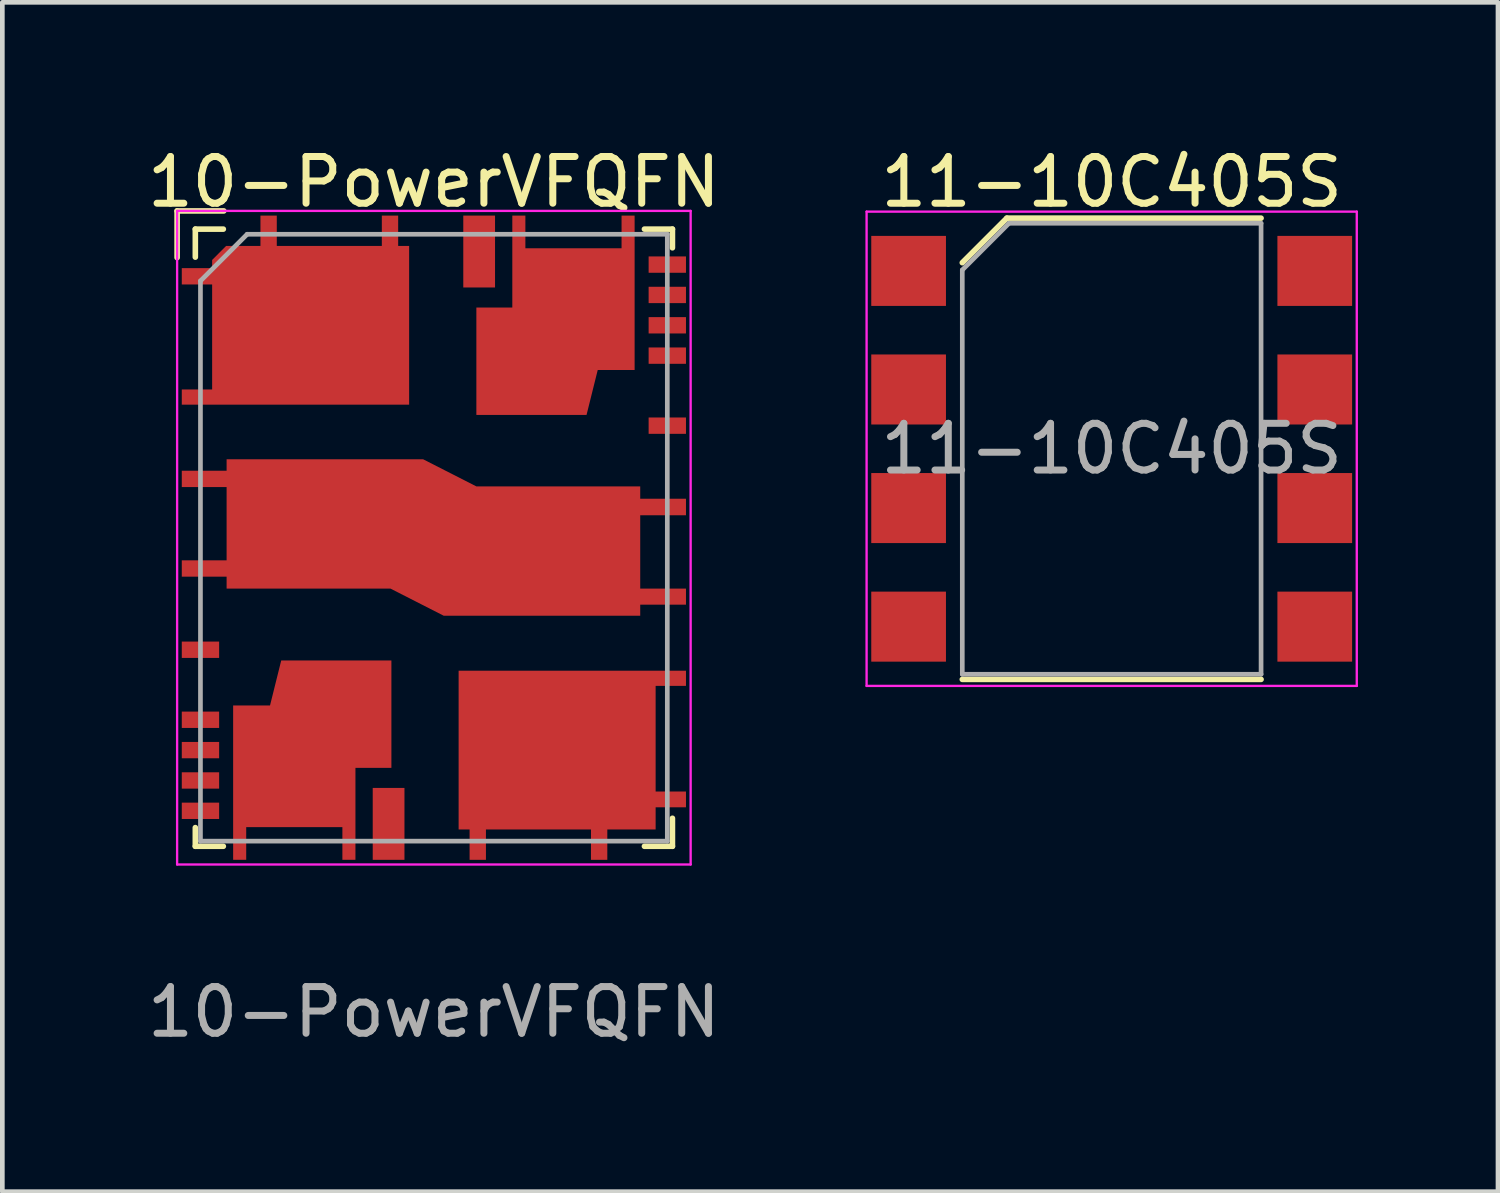
<source format=kicad_pcb>
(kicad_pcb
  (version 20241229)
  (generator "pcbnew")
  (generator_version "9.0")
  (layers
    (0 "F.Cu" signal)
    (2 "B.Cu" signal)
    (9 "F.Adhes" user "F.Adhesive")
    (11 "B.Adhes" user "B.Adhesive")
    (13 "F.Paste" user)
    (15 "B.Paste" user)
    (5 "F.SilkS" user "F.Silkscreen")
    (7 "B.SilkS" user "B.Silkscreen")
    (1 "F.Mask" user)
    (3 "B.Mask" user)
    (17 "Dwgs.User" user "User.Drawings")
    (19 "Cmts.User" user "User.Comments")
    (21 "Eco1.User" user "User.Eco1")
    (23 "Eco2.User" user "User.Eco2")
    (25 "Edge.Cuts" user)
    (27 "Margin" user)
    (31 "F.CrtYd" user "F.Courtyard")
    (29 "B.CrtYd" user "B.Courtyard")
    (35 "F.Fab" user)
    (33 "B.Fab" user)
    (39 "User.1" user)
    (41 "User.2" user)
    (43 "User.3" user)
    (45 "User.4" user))
  (footprint "11-10C405S"
    (layer "F.Cu")
    (at 20.763 6.563)
    (property "Reference" "11-10C405S" (at 0 -5.715 0) (layer "F.SilkS") (effects (font (size 1 1) (thickness 0.15))))
    (attr smd)
    (fp_line (start -3.2 4.94) (end 3.2 4.94) (stroke (width 0.12) (type solid)) (layer "F.SilkS"))
    (fp_line (start -2.246 -4.94) (end -3.2 -3.986) (stroke (width 0.12) (type solid)) (layer "F.SilkS"))
    (fp_line (start 3.2 -4.94) (end -2.246 -4.94) (stroke (width 0.12) (type solid)) (layer "F.SilkS"))
    (fp_line (start -5.25 -5.08) (end 5.25 -5.08) (stroke (width 0.05) (type solid)) (layer "F.CrtYd"))
    (fp_line (start -5.25 5.08) (end -5.25 -5.08) (stroke (width 0.05) (type solid)) (layer "F.CrtYd"))
    (fp_line (start -5.25 5.08) (end 5.25 5.08) (stroke (width 0.05) (type solid)) (layer "F.CrtYd"))
    (fp_line (start 5.25 5.08) (end 5.25 -5.08) (stroke (width 0.05) (type solid)) (layer "F.CrtYd"))
    (fp_line (start -3.2 -3.83) (end -3.2 4.83) (stroke (width 0.1) (type solid)) (layer "F.Fab"))
    (fp_line (start -3.2 -3.83) (end -2.2 -4.83) (stroke (width 0.1) (type solid)) (layer "F.Fab"))
    (fp_line (start -3.2 4.83) (end 3.2 4.83) (stroke (width 0.1) (type solid)) (layer "F.Fab"))
    (fp_line (start -2.2 -4.83) (end 3.2 -4.83) (stroke (width 0.1) (type solid)) (layer "F.Fab"))
    (fp_line (start 3.2 -4.83) (end 3.2 4.83) (stroke (width 0.1) (type solid)) (layer "F.Fab"))
    (fp_text user "${REFERENCE}" (at 0 0 0) (layer "F.Fab") (effects (font (size 1 1) (thickness 0.15))))
    (pad "1" smd rect (at -4.35 -3.81) (size 1.6 1.5) (layers "F.Cu" "F.Mask" "F.Paste"))
    (pad "2" smd rect (at -4.35 -1.27) (size 1.6 1.5) (layers "F.Cu" "F.Mask" "F.Paste"))
    (pad "3" smd rect (at -4.35 1.27) (size 1.6 1.5) (layers "F.Cu" "F.Mask" "F.Paste"))
    (pad "4" smd rect (at -4.35 3.81) (size 1.6 1.5) (layers "F.Cu" "F.Mask" "F.Paste"))
    (pad "5" smd rect (at 4.35 3.81) (size 1.6 1.5) (layers "F.Cu" "F.Mask" "F.Paste"))
    (pad "6" smd rect (at 4.35 1.27) (size 1.6 1.5) (layers "F.Cu" "F.Mask" "F.Paste"))
    (pad "7" smd rect (at 4.35 -1.27) (size 1.6 1.5) (layers "F.Cu" "F.Mask" "F.Paste"))
    (pad "8" smd rect (at 4.35 -3.81) (size 1.6 1.5) (layers "F.Cu" "F.Mask" "F.Paste")))
  (footprint "10-PowerVFQFN"
    (layer "F.Cu")
    (at 6.244 8.468)
    (property "Reference" "10-PowerVFQFN" (at 0 -7.62 0) (layer "F.SilkS") (effects (font (size 1 1) (thickness 0.15))))
    (attr smd)
    (fp_line (start -5.5 -7) (end -5.5 -6) (stroke (width 0.12) (type solid)) (layer "F.SilkS"))
    (fp_line (start -5.5 -7) (end -4.5 -7) (stroke (width 0.12) (type solid)) (layer "F.SilkS"))
    (fp_line (start -5.11 -6.61) (end -5.11 -6.01) (stroke (width 0.12) (type solid)) (layer "F.SilkS"))
    (fp_line (start -5.11 6.61) (end -5.11 6.21) (stroke (width 0.12) (type solid)) (layer "F.SilkS"))
    (fp_line (start -4.51 -6.61) (end -5.11 -6.61) (stroke (width 0.12) (type solid)) (layer "F.SilkS"))
    (fp_line (start -4.51 6.61) (end -5.11 6.61) (stroke (width 0.12) (type solid)) (layer "F.SilkS"))
    (fp_line (start 4.51 -6.61) (end 5.11 -6.61) (stroke (width 0.12) (type solid)) (layer "F.SilkS"))
    (fp_line (start 5.11 -6.61) (end 5.11 -6.21) (stroke (width 0.12) (type solid)) (layer "F.SilkS"))
    (fp_line (start 5.11 6.01) (end 5.11 6.61) (stroke (width 0.12) (type solid)) (layer "F.SilkS"))
    (fp_line (start 5.11 6.61) (end 4.51 6.61) (stroke (width 0.12) (type solid)) (layer "F.SilkS"))
    (fp_line (start -5.5 -7) (end 5.5 -7) (stroke (width 0.05) (type solid)) (layer "F.CrtYd"))
    (fp_line (start -5.5 7) (end -5.5 -7) (stroke (width 0.05) (type solid)) (layer "F.CrtYd"))
    (fp_line (start -5.5 7) (end 5.5 7) (stroke (width 0.05) (type solid)) (layer "F.CrtYd"))
    (fp_line (start 5.5 7) (end 5.5 -7) (stroke (width 0.05) (type solid)) (layer "F.CrtYd"))
    (fp_line (start -5 -5.5) (end -5 6.5) (stroke (width 0.1) (type solid)) (layer "F.Fab"))
    (fp_line (start -5 -5.5) (end -4 -6.5) (stroke (width 0.1) (type solid)) (layer "F.Fab"))
    (fp_line (start -5 6.5) (end 5 6.5) (stroke (width 0.1) (type solid)) (layer "F.Fab"))
    (fp_line (start -4 -6.5) (end 5 -6.5) (stroke (width 0.1) (type solid)) (layer "F.Fab"))
    (fp_line (start 5 -6.5) (end 5 6.5) (stroke (width 0.1) (type solid)) (layer "F.Fab"))
    (fp_text user "${REFERENCE}" (at 0 10.16 0) (layer "F.Fab") (effects (font (size 1 1) (thickness 0.15))))
    (pad "1,2,27,28" smd custom (at -2.667 -4.572) (size 0.2 0.2) (layers "F.Cu" "F.Mask" "F.Paste") (options (anchor circle)) (primitives (gr_poly (pts (xy -0.698 -1.678) (xy 1.552 -1.678) (xy 1.552 -2.328) (xy 1.902 -2.328) (xy 1.902 -1.678) (xy 2.137 -1.678) (xy 2.137 1.722) (xy -2.733 1.722) (xy -2.733 1.397) (xy -2.083 1.397) (xy -2.083 -0.853) (xy -2.733 -0.853) (xy -2.733 -1.203) (xy -2.083 -1.203) (xy -2.083 -1.378) (xy -1.783 -1.678) (xy -1.048 -1.678) (xy -1.048 -2.328) (xy -0.698 -2.328)) (width 0) (fill yes))))
    (pad "3,4,17,18" smd custom (at 0.127 -0.127) (size 0.2 0.2) (layers "F.Cu" "F.Mask" "F.Paste") (options (anchor circle)) (primitives (gr_poly (pts (xy 0.783 -0.972) (xy 4.293 -0.972) (xy 4.293 -0.708) (xy 5.273 -0.708) (xy 5.273 -0.353) (xy 4.293 -0.353) (xy 4.293 1.217) (xy 5.273 1.217) (xy 5.273 1.562) (xy 4.293 1.562) (xy 4.293 1.798) (xy 0.083 1.798) (xy -1.057 1.217) (xy -4.567 1.217) (xy -4.567 0.962) (xy -5.527 0.962) (xy -5.527 0.612) (xy -4.567 0.612) (xy -4.567 -0.958) (xy -5.527 -0.958) (xy -5.527 -1.308) (xy -4.567 -1.308) (xy -4.567 -1.553) (xy -0.357 -1.553)) (width 0) (fill yes))))
    (pad "5" smd custom (at -4.953 2.413) (size 0.2 0.2) (layers "F.Cu" "F.Mask" "F.Paste") (options (anchor circle)) (primitives (gr_poly (pts (xy 0.353 0.162) (xy -0.447 0.162) (xy -0.447 -0.188) (xy 0.353 -0.188)) (width 0) (fill yes))))
    (pad "6" smd custom (at -4.953 3.937) (size 0.2 0.2) (layers "F.Cu" "F.Mask" "F.Paste") (options (anchor circle)) (primitives (gr_poly (pts (xy 0.353 0.138) (xy -0.447 0.138) (xy -0.447 -0.212) (xy 0.353 -0.212)) (width 0) (fill yes))))
    (pad "7" smd custom (at -4.953 4.572) (size 0.2 0.2) (layers "F.Cu" "F.Mask" "F.Paste") (options (anchor circle)) (primitives (gr_poly (pts (xy 0.353 0.153) (xy -0.447 0.153) (xy -0.447 -0.197) (xy 0.353 -0.197)) (width 0) (fill yes))))
    (pad "8" smd custom (at -4.953 5.207) (size 0.2 0.2) (layers "F.Cu" "F.Mask" "F.Paste") (options (anchor circle)) (primitives (gr_poly (pts (xy 0.353 0.168) (xy -0.447 0.168) (xy -0.447 -0.182) (xy 0.353 -0.182)) (width 0) (fill yes))))
    (pad "9" smd custom (at -4.953 5.842) (size 0.2 0.2) (layers "F.Cu" "F.Mask" "F.Paste") (options (anchor circle)) (primitives (gr_poly (pts (xy 0.353 0.183) (xy -0.447 0.183) (xy -0.447 -0.167) (xy 0.353 -0.167)) (width 0) (fill yes))))
    (pad "10,11" smd custom (at -2.794 4.445) (size 0.2 0.2) (layers "F.Cu" "F.Mask" "F.Paste") (options (anchor circle)) (primitives (gr_poly (pts (xy 1.884 0.485) (xy 1.114 0.485) (xy 1.114 2.455) (xy 0.834 2.455) (xy 0.834 1.755) (xy -1.226 1.755) (xy -1.226 2.455) (xy -1.506 2.455) (xy -1.506 -0.852) (xy -0.716 -0.852) (xy -0.476 -1.815) (xy 1.884 -1.815)) (width 0) (fill yes))))
    (pad "12" smd custom (at -1.016 6.096) (size 0.2 0.2) (layers "F.Cu" "F.Mask" "F.Paste") (options (anchor circle)) (primitives (gr_poly (pts (xy 0.386 0.804) (xy -0.294 0.804) (xy -0.294 -0.736) (xy 0.386 -0.736)) (width 0) (fill yes))))
    (pad "13,14,15,16" smd custom (at 2.667 4.572) (size 0.2 0.2) (layers "F.Cu" "F.Mask" "F.Paste") (options (anchor circle)) (primitives (gr_poly (pts (xy 2.733 -1.398) (xy 2.083 -1.398) (xy 2.083 0.865) (xy 2.733 0.865) (xy 2.733 1.203) (xy 2.083 1.203) (xy 2.083 1.678) (xy 1.048 1.678) (xy 1.048 2.328) (xy 0.698 2.328) (xy 0.698 1.678) (xy -1.552 1.678) (xy -1.552 2.328) (xy -1.902 2.328) (xy -1.902 1.678) (xy -2.137 1.678) (xy -2.137 -1.723) (xy 2.733 -1.723)) (width 0) (fill yes))))
    (pad "19" smd custom (at 4.953 -2.413) (size 0.2 0.2) (layers "F.Cu" "F.Mask" "F.Paste") (options (anchor circle)) (primitives (gr_poly (pts (xy 0.447 0.188) (xy -0.353 0.188) (xy -0.353 -0.162) (xy 0.447 -0.162)) (width 0) (fill yes))))
    (pad "20" smd custom (at 4.953 -3.937) (size 0.2 0.2) (layers "F.Cu" "F.Mask" "F.Paste") (options (anchor circle)) (primitives (gr_poly (pts (xy 0.447 0.212) (xy -0.353 0.212) (xy -0.353 -0.138) (xy 0.447 -0.138)) (width 0) (fill yes))))
    (pad "21" smd custom (at 4.953 -4.572) (size 0.2 0.2) (layers "F.Cu" "F.Mask" "F.Paste") (options (anchor circle)) (primitives (gr_poly (pts (xy 0.447 0.197) (xy -0.353 0.197) (xy -0.353 -0.153) (xy 0.447 -0.153)) (width 0) (fill yes))))
    (pad "22" smd custom (at 4.953 -5.207) (size 0.2 0.2) (layers "F.Cu" "F.Mask" "F.Paste") (options (anchor circle)) (primitives (gr_poly (pts (xy 0.447 0.182) (xy -0.353 0.182) (xy -0.353 -0.168) (xy 0.447 -0.168)) (width 0) (fill yes))))
    (pad "23" smd custom (at 4.953 -5.842) (size 0.2 0.2) (layers "F.Cu" "F.Mask" "F.Paste") (options (anchor circle)) (primitives (gr_poly (pts (xy 0.447 0.167) (xy -0.353 0.167) (xy -0.353 -0.183) (xy 0.447 -0.183)) (width 0) (fill yes))))
    (pad "24,25" smd custom (at 2.794 -4.699) (size 0.2 0.2) (layers "F.Cu" "F.Mask" "F.Paste") (options (anchor circle)) (primitives (gr_poly (pts (xy -0.834 -1.501) (xy 1.226 -1.501) (xy 1.226 -2.201) (xy 1.506 -2.201) (xy 1.506 1.106) (xy 0.716 1.106) (xy 0.476 2.069) (xy -1.884 2.069) (xy -1.884 -0.231) (xy -1.114 -0.231) (xy -1.114 -2.201) (xy -0.834 -2.201)) (width 0) (fill yes))))
    (pad "26" smd custom (at 1.016 -6.223) (size 0.2 0.2) (layers "F.Cu" "F.Mask" "F.Paste") (options (anchor circle)) (primitives (gr_poly (pts (xy 0.294 0.863) (xy -0.386 0.863) (xy -0.386 -0.677) (xy 0.294 -0.677)) (width 0) (fill yes)))))
  (gr_rect
    (start -3 -3)
    (end 29.038 22.477)
    (stroke (width 0.1) (type default))
    (fill no)
    (layer "Edge.Cuts")))
</source>
